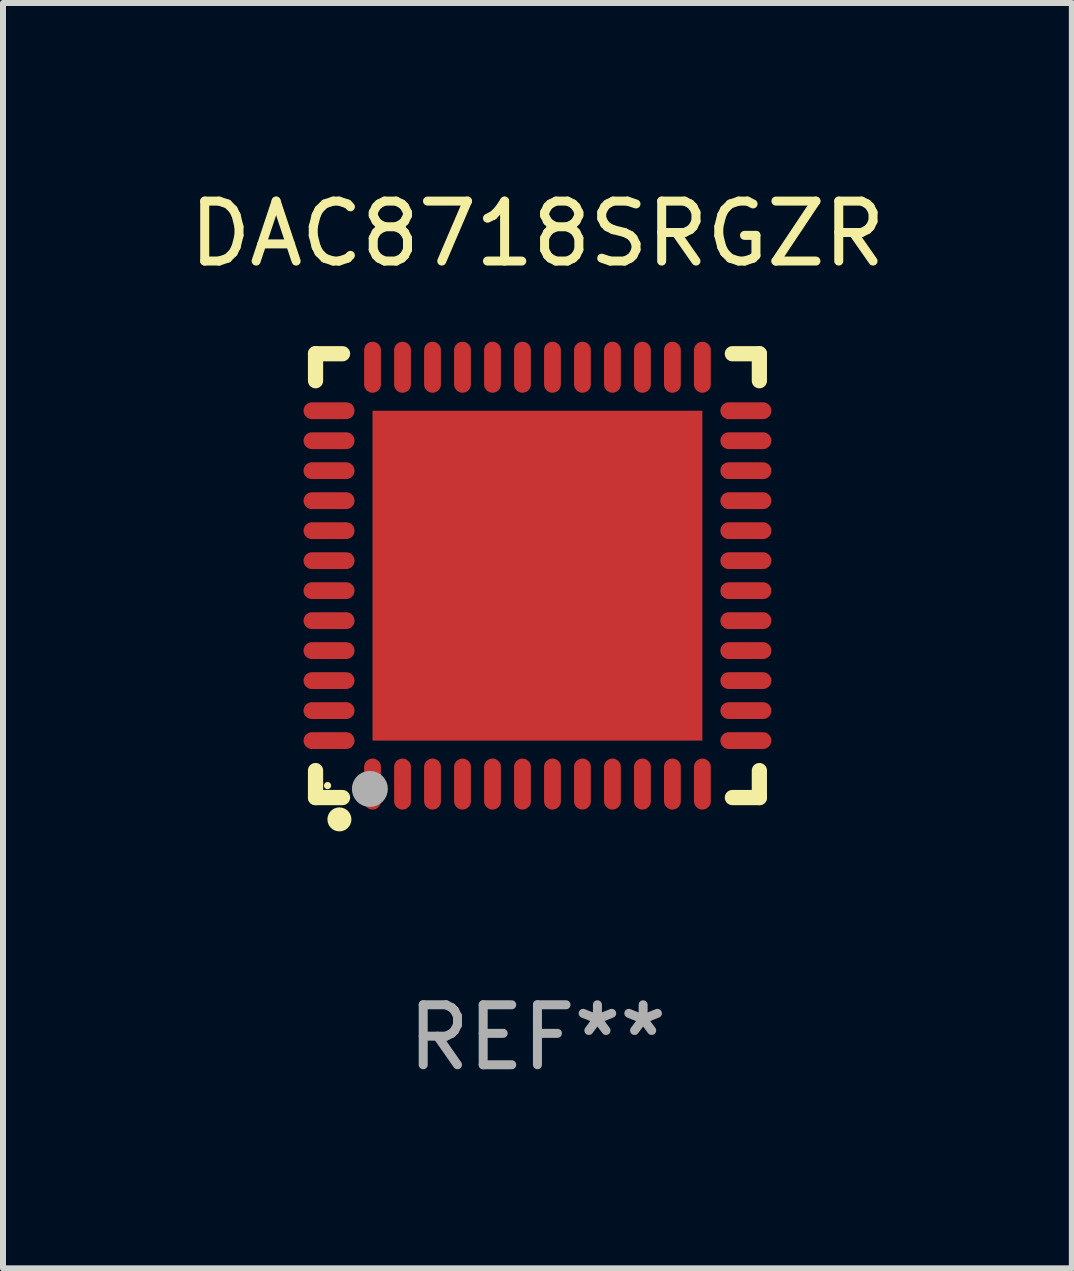
<source format=kicad_pcb>
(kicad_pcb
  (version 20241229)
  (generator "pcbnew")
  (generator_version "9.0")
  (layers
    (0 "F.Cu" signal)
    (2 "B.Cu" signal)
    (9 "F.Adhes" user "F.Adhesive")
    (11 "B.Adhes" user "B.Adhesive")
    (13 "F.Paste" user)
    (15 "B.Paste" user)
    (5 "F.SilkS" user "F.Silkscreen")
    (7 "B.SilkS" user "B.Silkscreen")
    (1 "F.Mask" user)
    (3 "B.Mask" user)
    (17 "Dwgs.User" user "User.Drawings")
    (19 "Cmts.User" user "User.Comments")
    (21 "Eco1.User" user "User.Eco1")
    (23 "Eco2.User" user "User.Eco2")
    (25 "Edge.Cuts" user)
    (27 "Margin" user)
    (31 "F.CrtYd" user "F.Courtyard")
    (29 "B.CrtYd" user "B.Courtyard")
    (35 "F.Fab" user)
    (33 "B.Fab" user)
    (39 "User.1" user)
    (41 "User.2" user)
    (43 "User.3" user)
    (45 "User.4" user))
  (footprint "DAC8718SRGZR"
    (layer "F.Cu")
    (at 5.911 6.548)
    (property "Reference" "DAC8718SRGZR" (at 0 -5.7 0) (layer "F.SilkS") (effects (font (size 1 1) (thickness 0.15))))
    (attr through_hole)
    (fp_line (start -3.7 -3.7) (end -3.25 -3.7) (stroke (width 0.254) (type solid)) (layer "F.SilkS"))
    (fp_line (start -3.7 -3.25) (end -3.7 -3.7) (stroke (width 0.254) (type solid)) (layer "F.SilkS"))
    (fp_line (start -3.7 3.7) (end -3.7 3.25) (stroke (width 0.254) (type solid)) (layer "F.SilkS"))
    (fp_line (start -3.25 3.7) (end -3.7 3.7) (stroke (width 0.254) (type solid)) (layer "F.SilkS"))
    (fp_line (start 3.25 3.7) (end 3.7 3.7) (stroke (width 0.254) (type solid)) (layer "F.SilkS"))
    (fp_line (start 3.7 -3.7) (end 3.25 -3.7) (stroke (width 0.254) (type solid)) (layer "F.SilkS"))
    (fp_line (start 3.7 -3.25) (end 3.7 -3.7) (stroke (width 0.254) (type solid)) (layer "F.SilkS"))
    (fp_line (start 3.7 3.7) (end 3.7 3.25) (stroke (width 0.254) (type solid)) (layer "F.SilkS"))
    (fp_circle (center -3.5 3.5) (end -3.47 3.5) (stroke (width 0.06) (type solid)) (fill no) (layer "F.SilkS"))
    (fp_circle (center -3.302 4.064) (end -3.202 4.064) (stroke (width 0.2) (type solid)) (fill no) (layer "F.SilkS"))
    (fp_circle (center -2.794 3.556) (end -2.644 3.556) (stroke (width 0.3) (type solid)) (fill no) (layer "F.Fab"))
    (fp_text user "REF**" (at 0 7.7 0) (layer "F.Fab") (effects (font (size 1 1) (thickness 0.15))))
    (pad "1" smd oval (at -2.75 3.475) (size 0.28 0.85) (layers "F.Cu" "F.Mask" "F.Paste"))
    (pad "2" smd oval (at -2.25 3.475) (size 0.28 0.85) (layers "F.Cu" "F.Mask" "F.Paste"))
    (pad "3" smd oval (at -1.75 3.475) (size 0.28 0.85) (layers "F.Cu" "F.Mask" "F.Paste"))
    (pad "4" smd oval (at -1.25 3.475) (size 0.28 0.85) (layers "F.Cu" "F.Mask" "F.Paste"))
    (pad "5" smd oval (at -0.75 3.475) (size 0.28 0.85) (layers "F.Cu" "F.Mask" "F.Paste"))
    (pad "6" smd oval (at -0.25 3.475) (size 0.28 0.85) (layers "F.Cu" "F.Mask" "F.Paste"))
    (pad "7" smd oval (at 0.25 3.475) (size 0.28 0.85) (layers "F.Cu" "F.Mask" "F.Paste"))
    (pad "8" smd oval (at 0.75 3.475) (size 0.28 0.85) (layers "F.Cu" "F.Mask" "F.Paste"))
    (pad "9" smd oval (at 1.25 3.475) (size 0.28 0.85) (layers "F.Cu" "F.Mask" "F.Paste"))
    (pad "10" smd oval (at 1.75 3.475) (size 0.28 0.85) (layers "F.Cu" "F.Mask" "F.Paste"))
    (pad "11" smd oval (at 2.25 3.475) (size 0.28 0.85) (layers "F.Cu" "F.Mask" "F.Paste"))
    (pad "12" smd oval (at 2.75 3.475) (size 0.28 0.85) (layers "F.Cu" "F.Mask" "F.Paste"))
    (pad "13" smd oval (at 3.475 2.75) (size 0.85 0.28) (layers "F.Cu" "F.Mask" "F.Paste"))
    (pad "14" smd oval (at 3.475 2.25) (size 0.85 0.28) (layers "F.Cu" "F.Mask" "F.Paste"))
    (pad "15" smd oval (at 3.475 1.75) (size 0.85 0.28) (layers "F.Cu" "F.Mask" "F.Paste"))
    (pad "16" smd oval (at 3.475 1.25) (size 0.85 0.28) (layers "F.Cu" "F.Mask" "F.Paste"))
    (pad "17" smd oval (at 3.475 0.75) (size 0.85 0.28) (layers "F.Cu" "F.Mask" "F.Paste"))
    (pad "18" smd oval (at 3.475 0.25) (size 0.85 0.28) (layers "F.Cu" "F.Mask" "F.Paste"))
    (pad "19" smd oval (at 3.475 -0.25) (size 0.85 0.28) (layers "F.Cu" "F.Mask" "F.Paste"))
    (pad "20" smd oval (at 3.475 -0.75) (size 0.85 0.28) (layers "F.Cu" "F.Mask" "F.Paste"))
    (pad "21" smd oval (at 3.475 -1.25) (size 0.85 0.28) (layers "F.Cu" "F.Mask" "F.Paste"))
    (pad "22" smd oval (at 3.475 -1.75) (size 0.85 0.28) (layers "F.Cu" "F.Mask" "F.Paste"))
    (pad "23" smd oval (at 3.475 -2.25) (size 0.85 0.28) (layers "F.Cu" "F.Mask" "F.Paste"))
    (pad "24" smd oval (at 3.475 -2.75) (size 0.85 0.28) (layers "F.Cu" "F.Mask" "F.Paste"))
    (pad "25" smd oval (at 2.75 -3.475) (size 0.28 0.85) (layers "F.Cu" "F.Mask" "F.Paste"))
    (pad "26" smd oval (at 2.25 -3.475) (size 0.28 0.85) (layers "F.Cu" "F.Mask" "F.Paste"))
    (pad "27" smd oval (at 1.75 -3.475) (size 0.28 0.85) (layers "F.Cu" "F.Mask" "F.Paste"))
    (pad "28" smd oval (at 1.25 -3.475) (size 0.28 0.85) (layers "F.Cu" "F.Mask" "F.Paste"))
    (pad "29" smd oval (at 0.75 -3.475) (size 0.28 0.85) (layers "F.Cu" "F.Mask" "F.Paste"))
    (pad "30" smd oval (at 0.25 -3.475) (size 0.28 0.85) (layers "F.Cu" "F.Mask" "F.Paste"))
    (pad "31" smd oval (at -0.25 -3.475) (size 0.28 0.85) (layers "F.Cu" "F.Mask" "F.Paste"))
    (pad "32" smd oval (at -0.75 -3.475) (size 0.28 0.85) (layers "F.Cu" "F.Mask" "F.Paste"))
    (pad "33" smd oval (at -1.25 -3.475) (size 0.28 0.85) (layers "F.Cu" "F.Mask" "F.Paste"))
    (pad "34" smd oval (at -1.75 -3.475) (size 0.28 0.85) (layers "F.Cu" "F.Mask" "F.Paste"))
    (pad "35" smd oval (at -2.25 -3.475) (size 0.28 0.85) (layers "F.Cu" "F.Mask" "F.Paste"))
    (pad "36" smd oval (at -2.75 -3.475) (size 0.28 0.85) (layers "F.Cu" "F.Mask" "F.Paste"))
    (pad "37" smd oval (at -3.475 -2.75) (size 0.85 0.28) (layers "F.Cu" "F.Mask" "F.Paste"))
    (pad "38" smd oval (at -3.475 -2.25) (size 0.85 0.28) (layers "F.Cu" "F.Mask" "F.Paste"))
    (pad "39" smd oval (at -3.475 -1.75) (size 0.85 0.28) (layers "F.Cu" "F.Mask" "F.Paste"))
    (pad "40" smd oval (at -3.475 -1.25) (size 0.85 0.28) (layers "F.Cu" "F.Mask" "F.Paste"))
    (pad "41" smd oval (at -3.475 -0.75) (size 0.85 0.28) (layers "F.Cu" "F.Mask" "F.Paste"))
    (pad "42" smd oval (at -3.475 -0.25) (size 0.85 0.28) (layers "F.Cu" "F.Mask" "F.Paste"))
    (pad "43" smd oval (at -3.475 0.25) (size 0.85 0.28) (layers "F.Cu" "F.Mask" "F.Paste"))
    (pad "44" smd oval (at -3.475 0.75) (size 0.85 0.28) (layers "F.Cu" "F.Mask" "F.Paste"))
    (pad "45" smd oval (at -3.475 1.25) (size 0.85 0.28) (layers "F.Cu" "F.Mask" "F.Paste"))
    (pad "46" smd oval (at -3.475 1.75) (size 0.85 0.28) (layers "F.Cu" "F.Mask" "F.Paste"))
    (pad "47" smd oval (at -3.475 2.25) (size 0.85 0.28) (layers "F.Cu" "F.Mask" "F.Paste"))
    (pad "48" smd oval (at -3.475 2.75) (size 0.85 0.28) (layers "F.Cu" "F.Mask" "F.Paste"))
    (pad "49" smd rect (at -0.000102 0.000102) (size 5.5 5.5) (layers "F.Cu" "F.Mask" "F.Paste")))
  (gr_rect
    (start -3 -3)
    (end 14.821 18.097)
    (stroke (width 0.1) (type default))
    (fill no)
    (layer "Edge.Cuts")))
</source>
